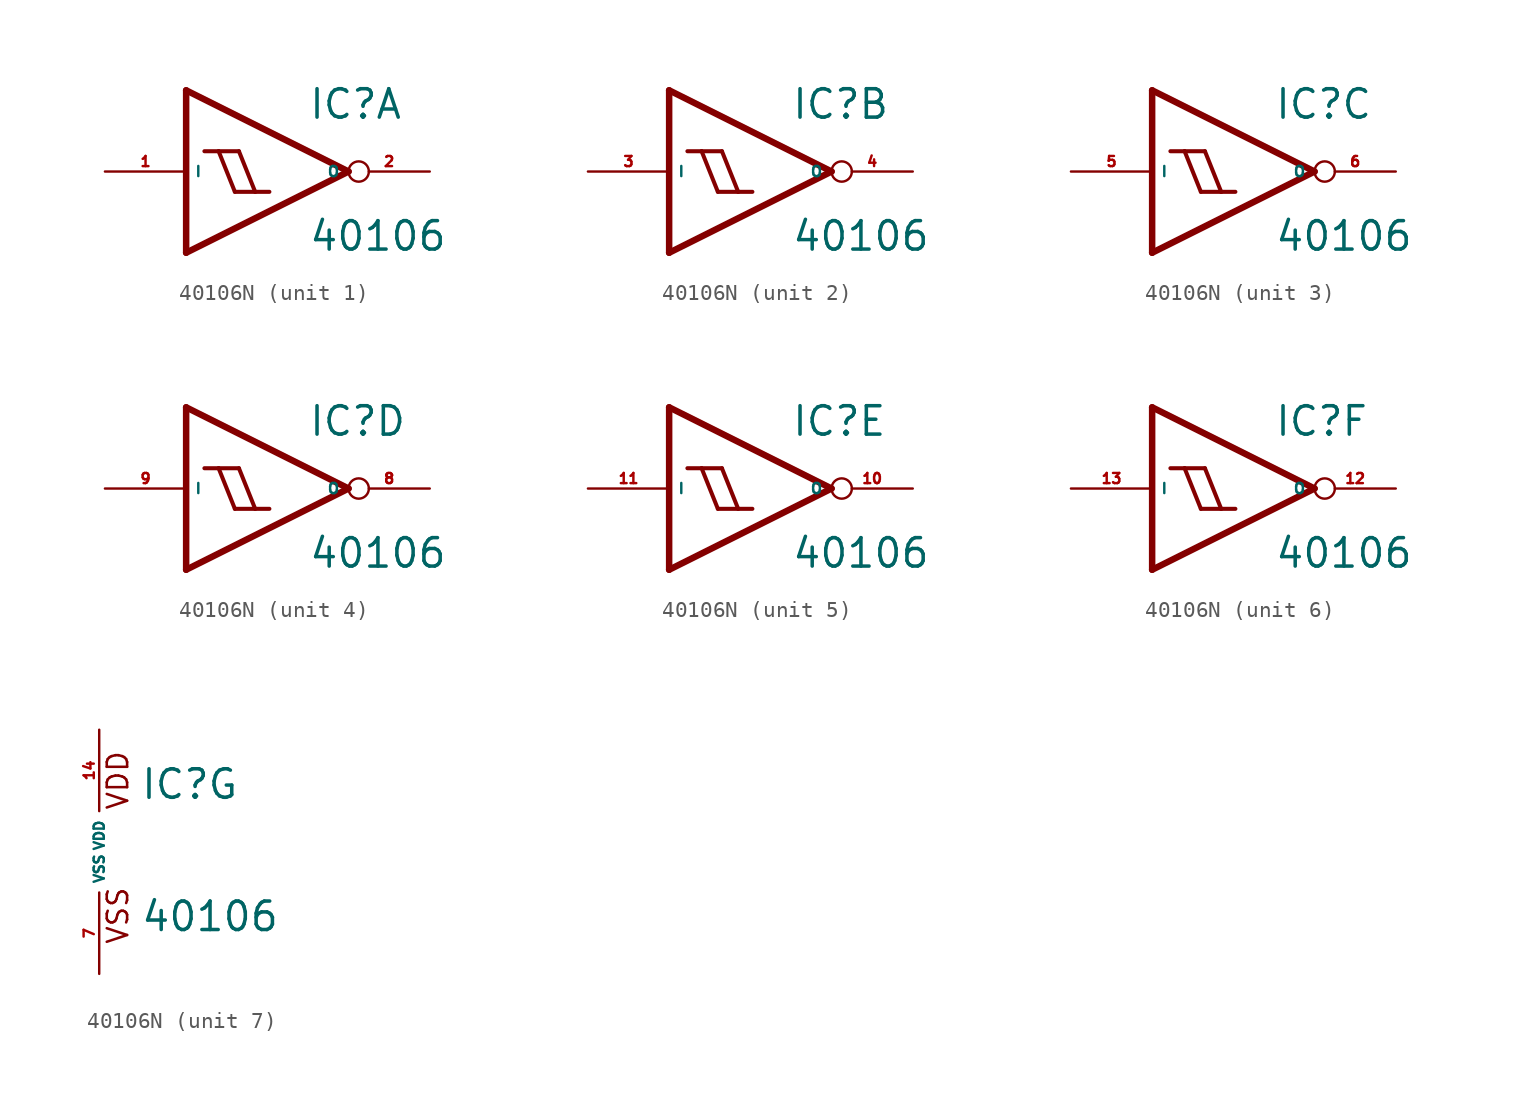
<source format=kicad_sym>
(kicad_symbol_lib
  (version 20220914)
  (generator Eagle2Kicad)
  (symbol "40106N"
    (property "Reference" "IC"
      (at 2.54 3.175 0)
      (effects (font (size 1.778 1.778) (thickness 0.22)) (justify left bottom)))
    (property "Value" "40106"
      (at 2.54 -5.08 0)
      (effects (font (size 1.778 1.778) (thickness 0.22)) (justify left bottom)))
    (symbol "40106N_1_0"
      (polyline (pts (xy -5.08 5.08) (xy 5.08 0)) (stroke (width 0.406) (type default)) (fill (type none)))
      (polyline (pts (xy 5.08 0) (xy -5.08 -5.08)) (stroke (width 0.406) (type default)) (fill (type none)))
      (polyline (pts (xy -5.08 -5.08) (xy -5.08 5.08)) (stroke (width 0.406) (type default)) (fill (type none)))
      (polyline (pts (xy -0.762 -1.27) (xy -1.778 1.27)) (stroke (width 0.254) (type default)) (fill (type none)))
      (polyline (pts (xy -2.032 -1.27) (xy -3.048 1.27)) (stroke (width 0.254) (type default)) (fill (type none)))
      (polyline (pts (xy -2.032 -1.27) (xy -0.762 -1.27)) (stroke (width 0.254) (type default)) (fill (type none)))
      (polyline (pts (xy -0.762 -1.27) (xy 0.127 -1.27)) (stroke (width 0.254) (type default)) (fill (type none)))
      (polyline (pts (xy -3.937 1.27) (xy -3.048 1.27)) (stroke (width 0.254) (type default)) (fill (type none)))
      (polyline (pts (xy -3.048 1.27) (xy -1.778 1.27)) (stroke (width 0.254) (type default)) (fill (type none)))
      (pin input line (at -10.16 0 0) (length 5.08) (name "I" (effects (font (size 0.635 0.635) (thickness 0.08)) (justify left bottom))) (number "1" (effects (font (size 0.635 0.635) (thickness 0.08)) (justify left bottom))))
      (pin output inverted (at 10.16 0 180) (length 5.08) (name "O" (effects (font (size 0.635 0.635) (thickness 0.08)) (justify left bottom))) (number "2" (effects (font (size 0.635 0.635) (thickness 0.08)) (justify left bottom)))))
    (symbol "40106N_2_0"
      (polyline (pts (xy -5.08 5.08) (xy 5.08 0)) (stroke (width 0.406) (type default)) (fill (type none)))
      (polyline (pts (xy 5.08 0) (xy -5.08 -5.08)) (stroke (width 0.406) (type default)) (fill (type none)))
      (polyline (pts (xy -5.08 -5.08) (xy -5.08 5.08)) (stroke (width 0.406) (type default)) (fill (type none)))
      (polyline (pts (xy -0.762 -1.27) (xy -1.778 1.27)) (stroke (width 0.254) (type default)) (fill (type none)))
      (polyline (pts (xy -2.032 -1.27) (xy -3.048 1.27)) (stroke (width 0.254) (type default)) (fill (type none)))
      (polyline (pts (xy -2.032 -1.27) (xy -0.762 -1.27)) (stroke (width 0.254) (type default)) (fill (type none)))
      (polyline (pts (xy -0.762 -1.27) (xy 0.127 -1.27)) (stroke (width 0.254) (type default)) (fill (type none)))
      (polyline (pts (xy -3.937 1.27) (xy -3.048 1.27)) (stroke (width 0.254) (type default)) (fill (type none)))
      (polyline (pts (xy -3.048 1.27) (xy -1.778 1.27)) (stroke (width 0.254) (type default)) (fill (type none)))
      (pin input line (at -10.16 0 0) (length 5.08) (name "I" (effects (font (size 0.635 0.635) (thickness 0.08)) (justify left bottom))) (number "3" (effects (font (size 0.635 0.635) (thickness 0.08)) (justify left bottom))))
      (pin output inverted (at 10.16 0 180) (length 5.08) (name "O" (effects (font (size 0.635 0.635) (thickness 0.08)) (justify left bottom))) (number "4" (effects (font (size 0.635 0.635) (thickness 0.08)) (justify left bottom)))))
    (symbol "40106N_3_0"
      (polyline (pts (xy -5.08 5.08) (xy 5.08 0)) (stroke (width 0.406) (type default)) (fill (type none)))
      (polyline (pts (xy 5.08 0) (xy -5.08 -5.08)) (stroke (width 0.406) (type default)) (fill (type none)))
      (polyline (pts (xy -5.08 -5.08) (xy -5.08 5.08)) (stroke (width 0.406) (type default)) (fill (type none)))
      (polyline (pts (xy -0.762 -1.27) (xy -1.778 1.27)) (stroke (width 0.254) (type default)) (fill (type none)))
      (polyline (pts (xy -2.032 -1.27) (xy -3.048 1.27)) (stroke (width 0.254) (type default)) (fill (type none)))
      (polyline (pts (xy -2.032 -1.27) (xy -0.762 -1.27)) (stroke (width 0.254) (type default)) (fill (type none)))
      (polyline (pts (xy -0.762 -1.27) (xy 0.127 -1.27)) (stroke (width 0.254) (type default)) (fill (type none)))
      (polyline (pts (xy -3.937 1.27) (xy -3.048 1.27)) (stroke (width 0.254) (type default)) (fill (type none)))
      (polyline (pts (xy -3.048 1.27) (xy -1.778 1.27)) (stroke (width 0.254) (type default)) (fill (type none)))
      (pin input line (at -10.16 0 0) (length 5.08) (name "I" (effects (font (size 0.635 0.635) (thickness 0.08)) (justify left bottom))) (number "5" (effects (font (size 0.635 0.635) (thickness 0.08)) (justify left bottom))))
      (pin output inverted (at 10.16 0 180) (length 5.08) (name "O" (effects (font (size 0.635 0.635) (thickness 0.08)) (justify left bottom))) (number "6" (effects (font (size 0.635 0.635) (thickness 0.08)) (justify left bottom)))))
    (symbol "40106N_4_0"
      (polyline (pts (xy -5.08 5.08) (xy 5.08 0)) (stroke (width 0.406) (type default)) (fill (type none)))
      (polyline (pts (xy 5.08 0) (xy -5.08 -5.08)) (stroke (width 0.406) (type default)) (fill (type none)))
      (polyline (pts (xy -5.08 -5.08) (xy -5.08 5.08)) (stroke (width 0.406) (type default)) (fill (type none)))
      (polyline (pts (xy -0.762 -1.27) (xy -1.778 1.27)) (stroke (width 0.254) (type default)) (fill (type none)))
      (polyline (pts (xy -2.032 -1.27) (xy -3.048 1.27)) (stroke (width 0.254) (type default)) (fill (type none)))
      (polyline (pts (xy -2.032 -1.27) (xy -0.762 -1.27)) (stroke (width 0.254) (type default)) (fill (type none)))
      (polyline (pts (xy -0.762 -1.27) (xy 0.127 -1.27)) (stroke (width 0.254) (type default)) (fill (type none)))
      (polyline (pts (xy -3.937 1.27) (xy -3.048 1.27)) (stroke (width 0.254) (type default)) (fill (type none)))
      (polyline (pts (xy -3.048 1.27) (xy -1.778 1.27)) (stroke (width 0.254) (type default)) (fill (type none)))
      (pin input line (at -10.16 0 0) (length 5.08) (name "I" (effects (font (size 0.635 0.635) (thickness 0.08)) (justify left bottom))) (number "9" (effects (font (size 0.635 0.635) (thickness 0.08)) (justify left bottom))))
      (pin output inverted (at 10.16 0 180) (length 5.08) (name "O" (effects (font (size 0.635 0.635) (thickness 0.08)) (justify left bottom))) (number "8" (effects (font (size 0.635 0.635) (thickness 0.08)) (justify left bottom)))))
    (symbol "40106N_5_0"
      (polyline (pts (xy -5.08 5.08) (xy 5.08 0)) (stroke (width 0.406) (type default)) (fill (type none)))
      (polyline (pts (xy 5.08 0) (xy -5.08 -5.08)) (stroke (width 0.406) (type default)) (fill (type none)))
      (polyline (pts (xy -5.08 -5.08) (xy -5.08 5.08)) (stroke (width 0.406) (type default)) (fill (type none)))
      (polyline (pts (xy -0.762 -1.27) (xy -1.778 1.27)) (stroke (width 0.254) (type default)) (fill (type none)))
      (polyline (pts (xy -2.032 -1.27) (xy -3.048 1.27)) (stroke (width 0.254) (type default)) (fill (type none)))
      (polyline (pts (xy -2.032 -1.27) (xy -0.762 -1.27)) (stroke (width 0.254) (type default)) (fill (type none)))
      (polyline (pts (xy -0.762 -1.27) (xy 0.127 -1.27)) (stroke (width 0.254) (type default)) (fill (type none)))
      (polyline (pts (xy -3.937 1.27) (xy -3.048 1.27)) (stroke (width 0.254) (type default)) (fill (type none)))
      (polyline (pts (xy -3.048 1.27) (xy -1.778 1.27)) (stroke (width 0.254) (type default)) (fill (type none)))
      (pin input line (at -10.16 0 0) (length 5.08) (name "I" (effects (font (size 0.635 0.635) (thickness 0.08)) (justify left bottom))) (number "11" (effects (font (size 0.635 0.635) (thickness 0.08)) (justify left bottom))))
      (pin output inverted (at 10.16 0 180) (length 5.08) (name "O" (effects (font (size 0.635 0.635) (thickness 0.08)) (justify left bottom))) (number "10" (effects (font (size 0.635 0.635) (thickness 0.08)) (justify left bottom)))))
    (symbol "40106N_6_0"
      (polyline (pts (xy -5.08 5.08) (xy 5.08 0)) (stroke (width 0.406) (type default)) (fill (type none)))
      (polyline (pts (xy 5.08 0) (xy -5.08 -5.08)) (stroke (width 0.406) (type default)) (fill (type none)))
      (polyline (pts (xy -5.08 -5.08) (xy -5.08 5.08)) (stroke (width 0.406) (type default)) (fill (type none)))
      (polyline (pts (xy -0.762 -1.27) (xy -1.778 1.27)) (stroke (width 0.254) (type default)) (fill (type none)))
      (polyline (pts (xy -2.032 -1.27) (xy -3.048 1.27)) (stroke (width 0.254) (type default)) (fill (type none)))
      (polyline (pts (xy -2.032 -1.27) (xy -0.762 -1.27)) (stroke (width 0.254) (type default)) (fill (type none)))
      (polyline (pts (xy -0.762 -1.27) (xy 0.127 -1.27)) (stroke (width 0.254) (type default)) (fill (type none)))
      (polyline (pts (xy -3.937 1.27) (xy -3.048 1.27)) (stroke (width 0.254) (type default)) (fill (type none)))
      (polyline (pts (xy -3.048 1.27) (xy -1.778 1.27)) (stroke (width 0.254) (type default)) (fill (type none)))
      (pin input line (at -10.16 0 0) (length 5.08) (name "I" (effects (font (size 0.635 0.635) (thickness 0.08)) (justify left bottom))) (number "13" (effects (font (size 0.635 0.635) (thickness 0.08)) (justify left bottom))))
      (pin output inverted (at 10.16 0 180) (length 5.08) (name "O" (effects (font (size 0.635 0.635) (thickness 0.08)) (justify left bottom))) (number "12" (effects (font (size 0.635 0.635) (thickness 0.08)) (justify left bottom)))))
    (symbol "40106N_7_0"
      (text "VDD" (at 1.905 2.54 900) (effects (font (size 1.27 1.27) (thickness 0.16)) (justify left bottom)))
      (text "VSS" (at 1.905 -5.842 900) (effects (font (size 1.27 1.27) (thickness 0.16)) (justify left bottom)))
      (pin unspecified line (at 0 -7.62 90) (length 5.08) (name "VSS" (effects (font (size 0.635 0.635) (thickness 0.08)) (justify left bottom))) (number "7" (effects (font (size 0.635 0.635) (thickness 0.08)) (justify left bottom))))
      (pin unspecified line (at 0 7.62 270) (length 5.08) (name "VDD" (effects (font (size 0.635 0.635) (thickness 0.08)) (justify left bottom))) (number "14" (effects (font (size 0.635 0.635) (thickness 0.08)) (justify left bottom)))))))
</source>
